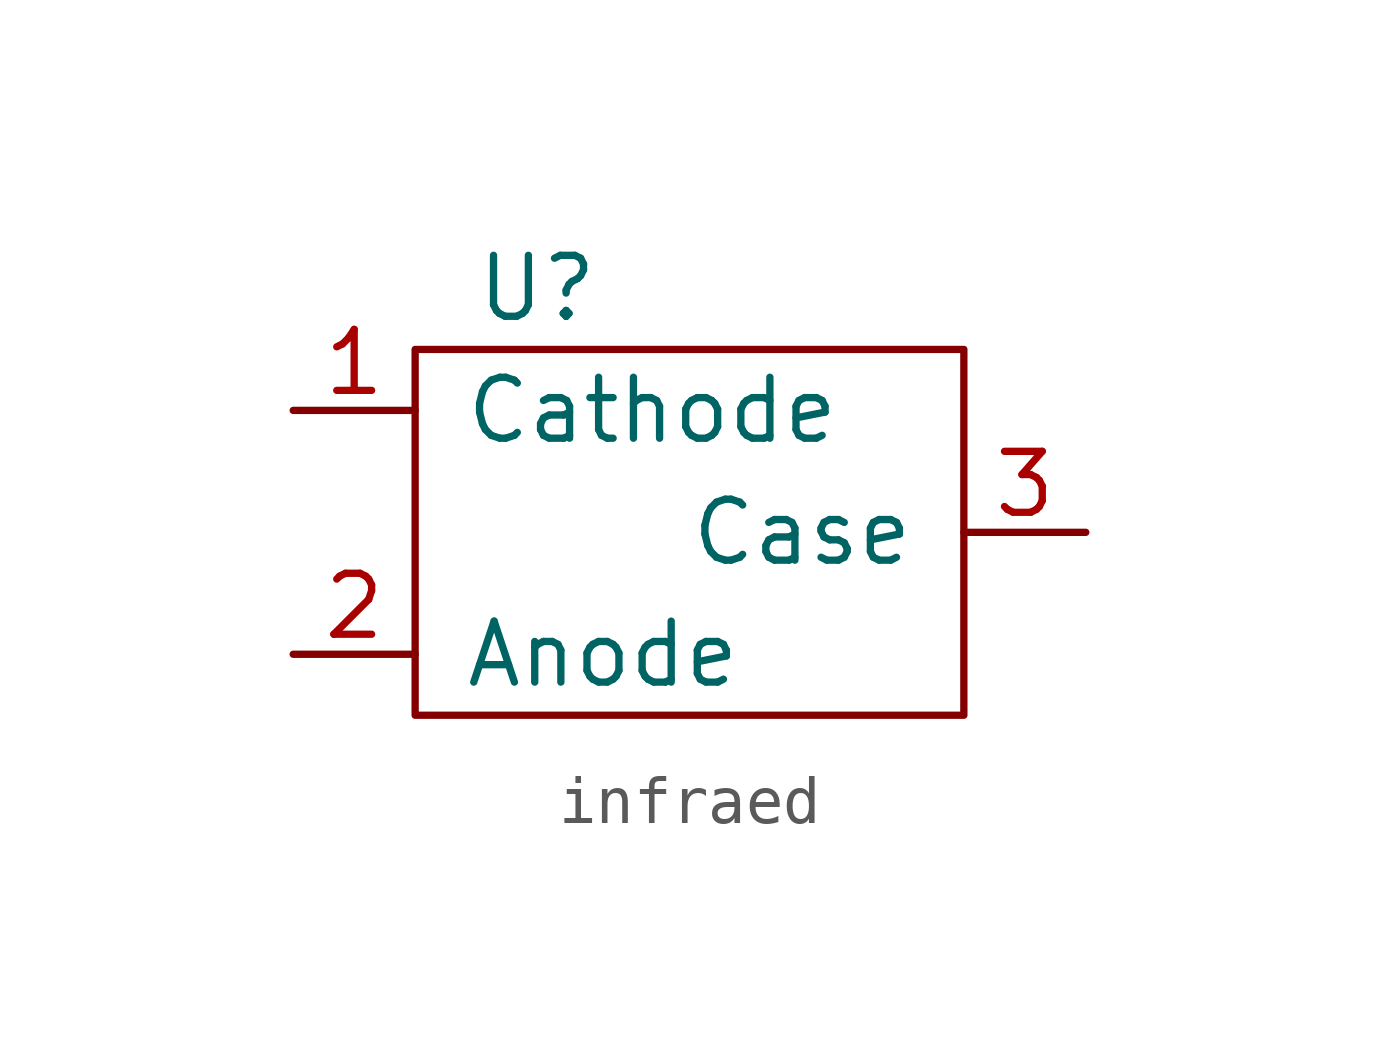
<source format=kicad_sym>
(kicad_symbol_lib
  (version 20231120)
  (generator "kicad_symbol_editor")
  (generator_version "8.0")
  (symbol "infraed"
    (pin_names
      (offset 1))
    (property "Reference" "U"
      (at 0 0 0)
      (effects (font (size 1.27 1.27))))
    (property "Value" ""
      (at 0 0 0)
      (effects (font (size 1.27 1.27))))
    (symbol "infraed_0_1"
      (rectangle (start -2.54 -1.27) (end 8.89 -8.89) (stroke (width 0) (type default)) (fill (type none))))
    (symbol "infraed_1_1"
      (pin input line (at -5.08 -2.54 0) (length 2.54) (name "Cathode" (effects (font (size 1.27 1.27)))) (number "1" (effects (font (size 1.27 1.27)))))
      (pin input line (at -5.08 -7.62 0) (length 2.54) (name "Anode" (effects (font (size 1.27 1.27)))) (number "2" (effects (font (size 1.27 1.27)))))
      (pin input line (at 11.43 -5.08 180) (length 2.54) (name "Case" (effects (font (size 1.27 1.27)))) (number "3" (effects (font (size 1.27 1.27))))))))
</source>
